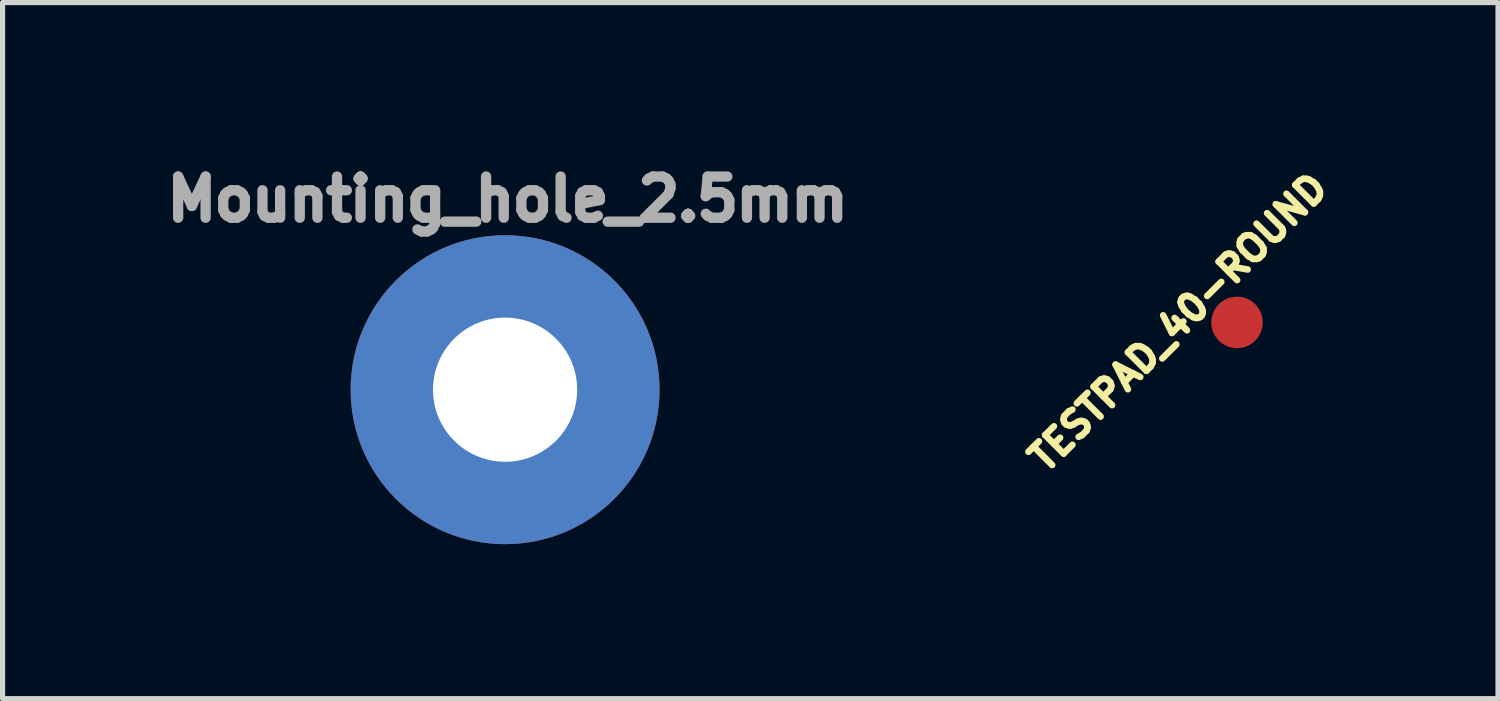
<source format=kicad_pcb>
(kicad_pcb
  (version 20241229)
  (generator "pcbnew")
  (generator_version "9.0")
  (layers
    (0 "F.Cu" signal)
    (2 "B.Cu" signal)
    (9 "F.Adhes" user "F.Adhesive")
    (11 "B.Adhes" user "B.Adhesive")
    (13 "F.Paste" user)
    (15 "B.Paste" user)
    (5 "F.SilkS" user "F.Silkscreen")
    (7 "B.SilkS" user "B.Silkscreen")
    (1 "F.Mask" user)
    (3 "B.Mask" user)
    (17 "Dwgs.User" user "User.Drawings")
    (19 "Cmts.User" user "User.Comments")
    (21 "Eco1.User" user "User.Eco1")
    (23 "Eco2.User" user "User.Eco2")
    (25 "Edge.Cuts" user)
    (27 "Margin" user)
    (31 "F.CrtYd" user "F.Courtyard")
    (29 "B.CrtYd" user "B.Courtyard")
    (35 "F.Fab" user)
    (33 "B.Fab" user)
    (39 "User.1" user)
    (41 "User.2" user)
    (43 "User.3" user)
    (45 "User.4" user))
  (footprint "TESTPAD_40-ROUND"
    (layer "F.Cu")
    (at 20.976 3.212)
    (property "Reference" "TESTPAD_40-ROUND" (at -1.143 0 45) (unlocked yes) (layer "F.SilkS") (effects (font (size 0.508 0.508) (thickness 0.127))))
    (attr smd)
    (pad "1" smd circle (at 0 0) (size 1 1) (layers "F.Cu" "F.Mask")))
  (footprint "Mounting_hole_2.5mm"
    (layer "F.Cu")
    (at 6.76 4.519)
    (property "Reference" "Mounting_hole_2.5mm" (at 0.05 -3.7 0) (layer "F.Fab") (effects (font (size 0.8 0.8) (thickness 0.2))))
    (attr through_hole)
    (pad "" thru_hole circle (at 0 0) (size 6 6) (drill 2.8) (layers "*.Cu" "*.Mask")))
  (gr_rect
    (start -3 -3)
    (end 26.045 10.519)
    (stroke (width 0.1) (type default))
    (fill no)
    (layer "Edge.Cuts")))
</source>
